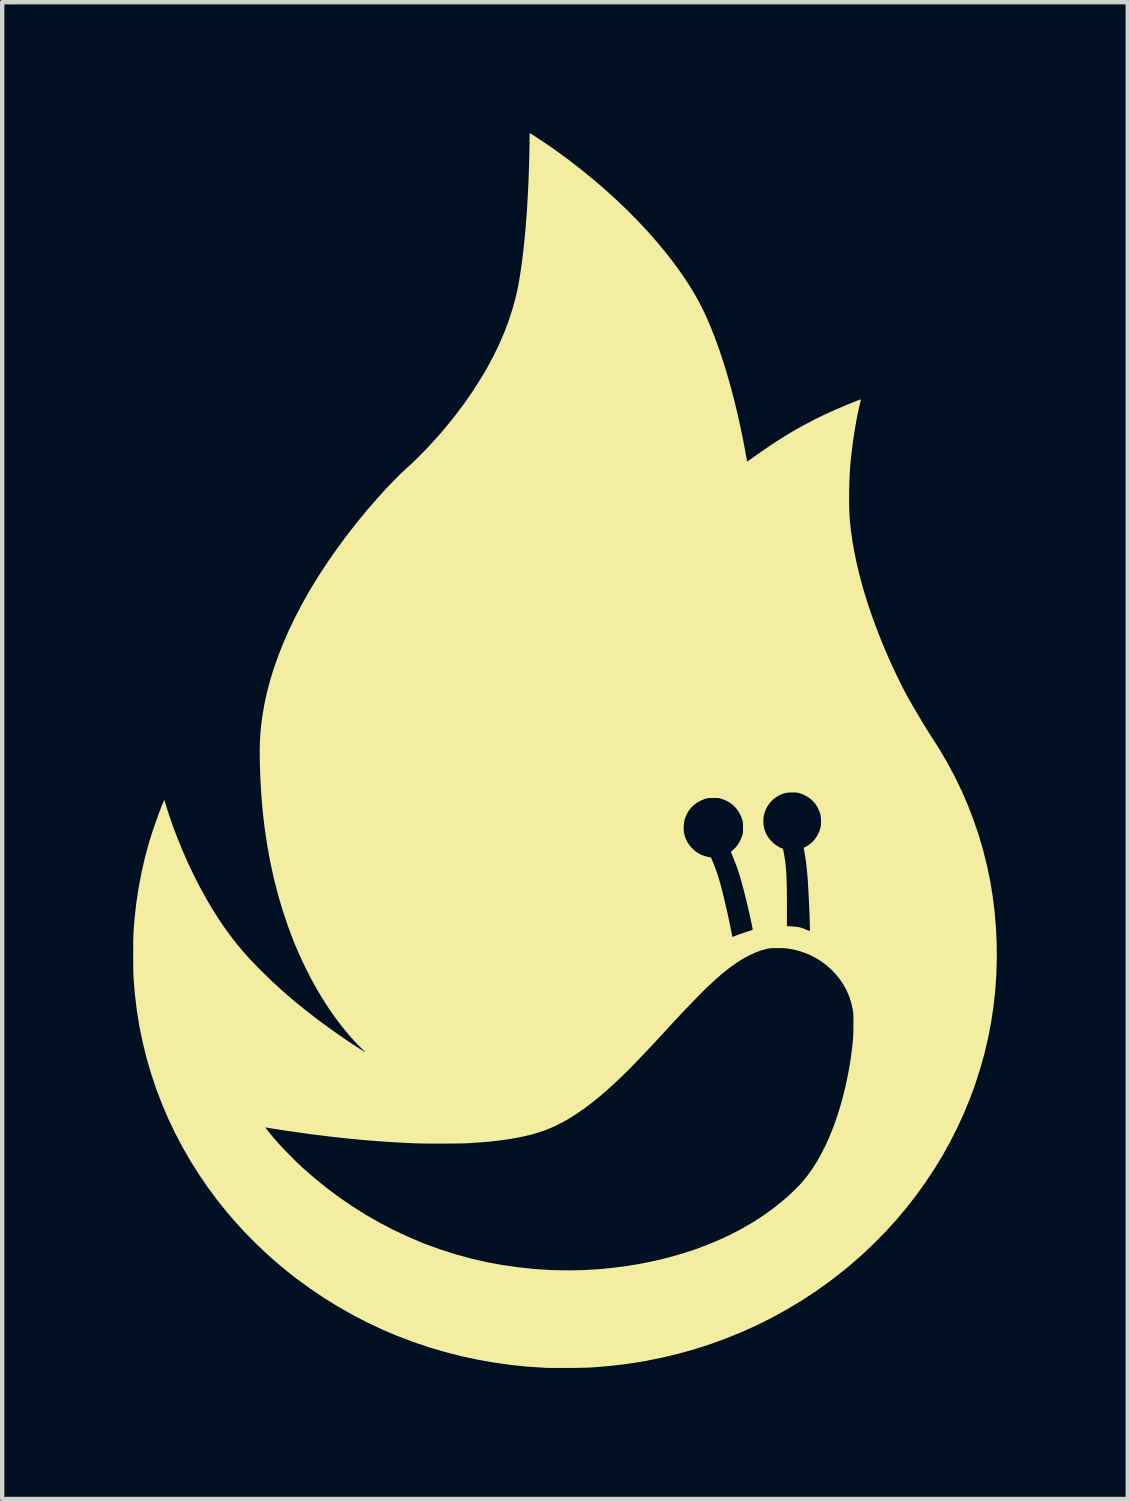
<source format=kicad_pcb>
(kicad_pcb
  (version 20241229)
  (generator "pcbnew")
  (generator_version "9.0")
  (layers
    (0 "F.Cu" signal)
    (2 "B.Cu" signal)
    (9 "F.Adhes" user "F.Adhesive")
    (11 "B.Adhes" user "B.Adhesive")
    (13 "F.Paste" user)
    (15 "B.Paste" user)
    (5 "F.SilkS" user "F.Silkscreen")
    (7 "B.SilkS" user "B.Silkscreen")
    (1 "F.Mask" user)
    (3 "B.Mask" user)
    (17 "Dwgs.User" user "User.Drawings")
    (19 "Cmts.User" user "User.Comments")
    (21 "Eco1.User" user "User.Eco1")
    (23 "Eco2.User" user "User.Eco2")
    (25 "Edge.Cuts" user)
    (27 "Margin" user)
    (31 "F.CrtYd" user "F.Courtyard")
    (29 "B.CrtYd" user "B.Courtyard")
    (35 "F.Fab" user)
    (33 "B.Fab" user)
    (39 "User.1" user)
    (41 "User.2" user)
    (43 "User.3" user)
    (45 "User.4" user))
  (footprint "Blaze"
    (layer "F.Cu")
    (at 8.478 14.609)
    (property "Reference" "Blaze" (at 0 0 0) (layer "F.SilkS") (effects (font (size 1.5 1.5) (thickness 0.3))))
    (attr board_only exclude_from_pos_files exclude_from_bom)
    (fp_poly (pts (xy 0.615 -14.605) (xy 0.635 -14.593) (xy 0.664 -14.575) (xy 0.701 -14.552) (xy 0.746 -14.523) (xy 0.795 -14.491) (xy 0.849 -14.455) (xy 0.905 -14.418) (xy 0.962 -14.379) (xy 1.019 -14.341) (xy 1.074 -14.303) (xy 1.127 -14.266) (xy 1.175 -14.233) (xy 1.194 -14.22) (xy 1.487 -14.005) (xy 1.774 -13.783) (xy 2.053 -13.555) (xy 2.325 -13.322) (xy 2.587 -13.085) (xy 2.839 -12.844) (xy 3.081 -12.599) (xy 3.311 -12.353) (xy 3.528 -12.106) (xy 3.733 -11.857) (xy 3.89 -11.655) (xy 4.021 -11.476) (xy 4.141 -11.303) (xy 4.252 -11.135) (xy 4.354 -10.968) (xy 4.449 -10.802) (xy 4.539 -10.632) (xy 4.623 -10.458) (xy 4.704 -10.277) (xy 4.783 -10.086) (xy 4.854 -9.901) (xy 4.945 -9.649) (xy 5.033 -9.384) (xy 5.119 -9.107) (xy 5.201 -8.82) (xy 5.279 -8.525) (xy 5.353 -8.224) (xy 5.422 -7.917) (xy 5.487 -7.607) (xy 5.546 -7.295) (xy 5.549 -7.276) (xy 5.558 -7.225) (xy 5.567 -7.18) (xy 5.574 -7.141) (xy 5.579 -7.112) (xy 5.583 -7.093) (xy 5.585 -7.087) (xy 5.591 -7.091) (xy 5.607 -7.102) (xy 5.633 -7.12) (xy 5.665 -7.143) (xy 5.703 -7.17) (xy 5.735 -7.193) (xy 5.972 -7.36) (xy 6.204 -7.516) (xy 6.433 -7.662) (xy 6.66 -7.798) (xy 6.889 -7.926) (xy 7.12 -8.048) (xy 7.357 -8.164) (xy 7.602 -8.275) (xy 7.856 -8.384) (xy 7.991 -8.438) (xy 8.041 -8.458) (xy 8.087 -8.476) (xy 8.126 -8.491) (xy 8.158 -8.503) (xy 8.179 -8.511) (xy 8.188 -8.513) (xy 8.189 -8.513) (xy 8.188 -8.506) (xy 8.184 -8.486) (xy 8.178 -8.459) (xy 8.17 -8.426) (xy 8.142 -8.305) (xy 8.113 -8.172) (xy 8.086 -8.028) (xy 8.059 -7.877) (xy 8.034 -7.721) (xy 8.01 -7.561) (xy 7.989 -7.401) (xy 7.97 -7.243) (xy 7.954 -7.089) (xy 7.944 -6.976) (xy 7.936 -6.862) (xy 7.93 -6.74) (xy 7.925 -6.612) (xy 7.921 -6.481) (xy 7.919 -6.35) (xy 7.919 -6.22) (xy 7.92 -6.094) (xy 7.923 -5.975) (xy 7.928 -5.865) (xy 7.934 -5.767) (xy 7.936 -5.742) (xy 7.961 -5.507) (xy 7.994 -5.268) (xy 8.037 -5.024) (xy 8.089 -4.772) (xy 8.151 -4.513) (xy 8.222 -4.245) (xy 8.248 -4.153) (xy 8.331 -3.882) (xy 8.424 -3.604) (xy 8.526 -3.322) (xy 8.636 -3.037) (xy 8.753 -2.753) (xy 8.876 -2.473) (xy 9.004 -2.198) (xy 9.136 -1.931) (xy 9.193 -1.82) (xy 9.224 -1.764) (xy 9.26 -1.697) (xy 9.303 -1.622) (xy 9.349 -1.54) (xy 9.399 -1.454) (xy 9.451 -1.366) (xy 9.503 -1.276) (xy 9.556 -1.188) (xy 9.607 -1.102) (xy 9.657 -1.022) (xy 9.702 -0.948) (xy 9.743 -0.882) (xy 9.779 -0.827) (xy 9.791 -0.808) (xy 9.988 -0.499) (xy 10.172 -0.185) (xy 10.343 0.136) (xy 10.5 0.462) (xy 10.643 0.793) (xy 10.772 1.129) (xy 10.888 1.469) (xy 10.989 1.814) (xy 11.076 2.162) (xy 11.149 2.514) (xy 11.154 2.539) (xy 11.21 2.888) (xy 11.253 3.241) (xy 11.283 3.599) (xy 11.299 3.958) (xy 11.301 4.317) (xy 11.29 4.676) (xy 11.265 5.032) (xy 11.265 5.038) (xy 11.225 5.399) (xy 11.171 5.757) (xy 11.102 6.113) (xy 11.02 6.464) (xy 10.923 6.812) (xy 10.813 7.155) (xy 10.69 7.494) (xy 10.553 7.828) (xy 10.403 8.156) (xy 10.24 8.479) (xy 10.065 8.795) (xy 9.877 9.105) (xy 9.676 9.409) (xy 9.464 9.705) (xy 9.24 9.994) (xy 9.004 10.275) (xy 8.756 10.548) (xy 8.497 10.812) (xy 8.227 11.068) (xy 7.946 11.314) (xy 7.762 11.465) (xy 7.459 11.699) (xy 7.147 11.921) (xy 6.828 12.13) (xy 6.5 12.327) (xy 6.166 12.511) (xy 5.825 12.683) (xy 5.477 12.841) (xy 5.123 12.986) (xy 4.763 13.118) (xy 4.398 13.236) (xy 4.028 13.34) (xy 3.652 13.431) (xy 3.273 13.508) (xy 3.068 13.543) (xy 2.862 13.574) (xy 2.653 13.601) (xy 2.437 13.625) (xy 2.212 13.645) (xy 1.998 13.661) (xy 1.96 13.663) (xy 1.909 13.664) (xy 1.848 13.666) (xy 1.777 13.667) (xy 1.699 13.669) (xy 1.616 13.67) (xy 1.53 13.671) (xy 1.443 13.671) (xy 1.356 13.671) (xy 1.272 13.671) (xy 1.193 13.671) (xy 1.12 13.671) (xy 1.056 13.67) (xy 1.002 13.669) (xy 0.961 13.667) (xy 0.96 13.667) (xy 0.565 13.642) (xy 0.174 13.602) (xy -0.212 13.548) (xy -0.595 13.48) (xy -0.972 13.399) (xy -1.345 13.303) (xy -1.713 13.194) (xy -2.075 13.072) (xy -2.432 12.936) (xy -2.783 12.787) (xy -3.127 12.624) (xy -3.466 12.448) (xy -3.798 12.259) (xy -4.123 12.057) (xy -4.441 11.842) (xy -4.752 11.615) (xy -4.952 11.458) (xy -5.195 11.256) (xy -5.435 11.042) (xy -5.67 10.819) (xy -5.898 10.588) (xy -6.116 10.352) (xy -6.317 10.12) (xy -6.55 9.83) (xy -6.771 9.532) (xy -6.979 9.228) (xy -7.174 8.916) (xy -7.356 8.599) (xy -7.526 8.275) (xy -7.578 8.164) (xy -5.449 8.164) (xy -5.444 8.172) (xy -5.431 8.191) (xy -5.411 8.217) (xy -5.385 8.25) (xy -5.354 8.288) (xy -5.32 8.33) (xy -5.283 8.374) (xy -5.246 8.418) (xy -5.209 8.461) (xy -5.174 8.501) (xy -5.163 8.513) (xy -5.12 8.561) (xy -5.067 8.617) (xy -5.008 8.679) (xy -4.945 8.744) (xy -4.879 8.811) (xy -4.813 8.877) (xy -4.75 8.94) (xy -4.69 8.998) (xy -4.636 9.049) (xy -4.604 9.079) (xy -4.328 9.32) (xy -4.044 9.55) (xy -3.752 9.768) (xy -3.452 9.973) (xy -3.145 10.166) (xy -2.832 10.345) (xy -2.512 10.512) (xy -2.186 10.665) (xy -1.855 10.805) (xy -1.768 10.839) (xy -1.429 10.962) (xy -1.086 11.071) (xy -0.738 11.165) (xy -0.387 11.246) (xy -0.03 11.312) (xy 0.33 11.364) (xy 0.696 11.403) (xy 1.066 11.427) (xy 1.082 11.428) (xy 1.152 11.43) (xy 1.232 11.432) (xy 1.32 11.434) (xy 1.413 11.434) (xy 1.508 11.435) (xy 1.602 11.434) (xy 1.691 11.433) (xy 1.772 11.431) (xy 1.842 11.429) (xy 1.857 11.428) (xy 2.193 11.408) (xy 2.524 11.376) (xy 2.85 11.333) (xy 3.17 11.279) (xy 3.483 11.214) (xy 3.79 11.139) (xy 4.09 11.054) (xy 4.383 10.959) (xy 4.667 10.853) (xy 4.942 10.738) (xy 5.209 10.613) (xy 5.466 10.479) (xy 5.713 10.336) (xy 5.949 10.183) (xy 6.175 10.021) (xy 6.389 9.851) (xy 6.502 9.754) (xy 6.545 9.715) (xy 6.592 9.67) (xy 6.643 9.621) (xy 6.694 9.571) (xy 6.742 9.522) (xy 6.787 9.477) (xy 6.824 9.437) (xy 6.846 9.412) (xy 6.965 9.266) (xy 7.079 9.106) (xy 7.188 8.934) (xy 7.291 8.749) (xy 7.39 8.551) (xy 7.482 8.343) (xy 7.569 8.124) (xy 7.649 7.894) (xy 7.724 7.654) (xy 7.791 7.406) (xy 7.852 7.148) (xy 7.884 6.995) (xy 7.912 6.851) (xy 7.936 6.713) (xy 7.957 6.575) (xy 7.976 6.435) (xy 7.993 6.288) (xy 8.008 6.139) (xy 8.011 6.105) (xy 8.013 6.06) (xy 8.015 6.004) (xy 8.016 5.942) (xy 8.017 5.876) (xy 8.018 5.807) (xy 8.018 5.794) (xy 8.018 5.723) (xy 8.018 5.664) (xy 8.017 5.617) (xy 8.016 5.578) (xy 8.014 5.546) (xy 8.012 5.519) (xy 8.008 5.494) (xy 8.005 5.47) (xy 8.004 5.468) (xy 7.969 5.312) (xy 7.921 5.163) (xy 7.86 5.021) (xy 7.786 4.886) (xy 7.699 4.758) (xy 7.599 4.637) (xy 7.513 4.548) (xy 7.392 4.441) (xy 7.262 4.346) (xy 7.125 4.264) (xy 6.981 4.194) (xy 6.83 4.138) (xy 6.708 4.104) (xy 6.643 4.088) (xy 6.586 4.077) (xy 6.534 4.068) (xy 6.482 4.062) (xy 6.426 4.058) (xy 6.364 4.056) (xy 6.291 4.056) (xy 6.287 4.056) (xy 6.229 4.056) (xy 6.183 4.056) (xy 6.146 4.058) (xy 6.116 4.059) (xy 6.09 4.062) (xy 6.065 4.067) (xy 6.038 4.072) (xy 6.035 4.073) (xy 5.91 4.106) (xy 5.781 4.153) (xy 5.649 4.213) (xy 5.513 4.285) (xy 5.376 4.369) (xy 5.238 4.465) (xy 5.218 4.479) (xy 5.151 4.53) (xy 5.084 4.583) (xy 5.016 4.638) (xy 4.948 4.696) (xy 4.878 4.757) (xy 4.805 4.823) (xy 4.73 4.893) (xy 4.651 4.969) (xy 4.567 5.05) (xy 4.479 5.138) (xy 4.386 5.234) (xy 4.286 5.337) (xy 4.179 5.449) (xy 4.065 5.57) (xy 3.943 5.7) (xy 3.813 5.841) (xy 3.737 5.924) (xy 3.67 5.996) (xy 3.612 6.059) (xy 3.562 6.113) (xy 3.518 6.161) (xy 3.479 6.203) (xy 3.444 6.241) (xy 3.411 6.276) (xy 3.38 6.309) (xy 3.348 6.343) (xy 3.315 6.378) (xy 3.28 6.415) (xy 3.24 6.457) (xy 3.196 6.503) (xy 3.145 6.557) (xy 3.095 6.609) (xy 2.902 6.808) (xy 2.715 6.993) (xy 2.532 7.166) (xy 2.355 7.326) (xy 2.182 7.474) (xy 2.013 7.609) (xy 1.848 7.732) (xy 1.687 7.844) (xy 1.529 7.945) (xy 1.373 8.035) (xy 1.22 8.114) (xy 1.073 8.18) (xy 0.936 8.234) (xy 0.789 8.283) (xy 0.633 8.328) (xy 0.466 8.368) (xy 0.288 8.404) (xy 0.098 8.436) (xy -0.103 8.463) (xy -0.318 8.487) (xy -0.545 8.506) (xy -0.786 8.522) (xy -0.812 8.524) (xy -0.862 8.526) (xy -0.925 8.528) (xy -1 8.529) (xy -1.083 8.53) (xy -1.174 8.531) (xy -1.271 8.532) (xy -1.371 8.532) (xy -1.472 8.532) (xy -1.574 8.532) (xy -1.673 8.532) (xy -1.769 8.531) (xy -1.858 8.53) (xy -1.94 8.528) (xy -2.013 8.526) (xy -2.074 8.524) (xy -2.091 8.523) (xy -2.376 8.509) (xy -2.652 8.492) (xy -2.921 8.473) (xy -3.188 8.452) (xy -3.455 8.427) (xy -3.727 8.399) (xy -4.006 8.367) (xy -4.259 8.336) (xy -4.331 8.327) (xy -4.41 8.317) (xy -4.493 8.305) (xy -4.58 8.293) (xy -4.669 8.281) (xy -4.758 8.268) (xy -4.848 8.255) (xy -4.936 8.243) (xy -5.021 8.23) (xy -5.101 8.218) (xy -5.176 8.206) (xy -5.245 8.196) (xy -5.305 8.186) (xy -5.355 8.178) (xy -5.395 8.171) (xy -5.423 8.165) (xy -5.438 8.162) (xy -5.439 8.161) (xy -5.448 8.161) (xy -5.449 8.164) (xy -7.578 8.164) (xy -7.682 7.946) (xy -7.824 7.611) (xy -7.953 7.272) (xy -8.068 6.928) (xy -8.17 6.58) (xy -8.257 6.228) (xy -8.331 5.872) (xy -8.39 5.514) (xy -8.434 5.153) (xy -8.444 5.053) (xy -8.451 4.973) (xy -8.457 4.901) (xy -8.462 4.836) (xy -8.467 4.774) (xy -8.47 4.715) (xy -8.473 4.655) (xy -8.475 4.592) (xy -8.476 4.525) (xy -8.477 4.45) (xy -8.477 4.367) (xy -8.478 4.272) (xy -8.478 4.207) (xy -8.478 4.105) (xy -8.477 4.015) (xy -8.477 3.935) (xy -8.476 3.864) (xy -8.474 3.799) (xy -8.472 3.738) (xy -8.469 3.678) (xy -8.465 3.618) (xy -8.461 3.555) (xy -8.455 3.488) (xy -8.449 3.413) (xy -8.444 3.361) (xy -8.406 3.02) (xy -8.354 2.677) (xy -8.289 2.333) (xy -8.211 1.992) (xy -8.136 1.709) (xy -8.114 1.632) (xy -8.087 1.547) (xy -8.058 1.456) (xy -8.027 1.36) (xy -7.994 1.263) (xy -7.96 1.165) (xy -7.926 1.07) (xy -7.893 0.978) (xy -7.861 0.893) (xy -7.831 0.817) (xy -7.804 0.75) (xy -7.785 0.706) (xy -7.765 0.66) (xy -7.748 0.716) (xy -7.661 0.993) (xy -7.564 1.273) (xy -7.457 1.554) (xy -7.342 1.834) (xy -7.219 2.112) (xy -7.09 2.384) (xy -6.954 2.65) (xy -6.814 2.907) (xy -6.669 3.153) (xy -6.521 3.387) (xy -6.506 3.41) (xy -6.403 3.562) (xy -6.3 3.706) (xy -6.196 3.845) (xy -6.089 3.979) (xy -5.977 4.113) (xy -5.859 4.247) (xy -5.732 4.383) (xy -5.596 4.524) (xy -5.507 4.612) (xy -5.32 4.794) (xy -5.129 4.971) (xy -4.934 5.144) (xy -4.73 5.315) (xy -4.518 5.486) (xy -4.294 5.66) (xy -4.222 5.714) (xy -4.118 5.791) (xy -4.008 5.871) (xy -3.896 5.951) (xy -3.782 6.031) (xy -3.669 6.11) (xy -3.558 6.185) (xy -3.451 6.257) (xy -3.349 6.323) (xy -3.256 6.383) (xy -3.172 6.434) (xy -3.158 6.443) (xy -3.16 6.44) (xy -3.17 6.429) (xy -3.189 6.41) (xy -3.213 6.386) (xy -3.239 6.361) (xy -3.397 6.201) (xy -3.552 6.027) (xy -3.705 5.84) (xy -3.855 5.641) (xy -4.001 5.431) (xy -4.143 5.21) (xy -4.28 4.98) (xy -4.412 4.741) (xy -4.537 4.494) (xy -4.657 4.239) (xy -4.77 3.979) (xy -4.808 3.885) (xy -4.935 3.548) (xy -5.051 3.203) (xy -5.156 2.848) (xy -5.25 2.485) (xy -5.332 2.114) (xy -5.402 1.735) (xy -5.461 1.35) (xy -5.469 1.281) (xy 4.131 1.281) (xy 4.131 1.339) (xy 4.135 1.392) (xy 4.14 1.427) (xy 4.167 1.523) (xy 4.207 1.613) (xy 4.26 1.696) (xy 4.322 1.768) (xy 4.389 1.83) (xy 4.458 1.879) (xy 4.531 1.918) (xy 4.612 1.947) (xy 4.692 1.967) (xy 4.755 1.98) (xy 4.802 2.091) (xy 4.837 2.176) (xy 4.87 2.266) (xy 4.903 2.362) (xy 4.936 2.467) (xy 4.969 2.581) (xy 5.002 2.706) (xy 5.037 2.843) (xy 5.067 2.969) (xy 5.092 3.077) (xy 5.118 3.19) (xy 5.144 3.305) (xy 5.168 3.418) (xy 5.191 3.526) (xy 5.211 3.625) (xy 5.221 3.675) (xy 5.229 3.716) (xy 5.237 3.751) (xy 5.243 3.778) (xy 5.247 3.795) (xy 5.249 3.8) (xy 5.257 3.797) (xy 5.276 3.79) (xy 5.304 3.779) (xy 5.338 3.765) (xy 5.355 3.759) (xy 5.398 3.742) (xy 5.451 3.723) (xy 5.507 3.704) (xy 5.561 3.686) (xy 5.584 3.679) (xy 5.63 3.664) (xy 5.663 3.654) (xy 5.686 3.646) (xy 5.7 3.639) (xy 5.707 3.633) (xy 5.71 3.628) (xy 5.71 3.621) (xy 5.71 3.621) (xy 5.706 3.595) (xy 5.698 3.556) (xy 5.688 3.507) (xy 5.676 3.448) (xy 5.661 3.381) (xy 5.645 3.308) (xy 5.627 3.231) (xy 5.609 3.152) (xy 5.59 3.071) (xy 5.571 2.991) (xy 5.552 2.914) (xy 5.534 2.841) (xy 5.517 2.774) (xy 5.502 2.714) (xy 5.495 2.687) (xy 5.463 2.572) (xy 5.434 2.47) (xy 5.407 2.377) (xy 5.38 2.292) (xy 5.352 2.211) (xy 5.324 2.133) (xy 5.294 2.055) (xy 5.261 1.974) (xy 5.26 1.973) (xy 5.244 1.934) (xy 5.231 1.9) (xy 5.22 1.874) (xy 5.214 1.857) (xy 5.212 1.851) (xy 5.218 1.844) (xy 5.233 1.831) (xy 5.253 1.814) (xy 5.257 1.81) (xy 5.314 1.756) (xy 5.366 1.691) (xy 5.412 1.617) (xy 5.449 1.537) (xy 5.469 1.482) (xy 5.476 1.455) (xy 5.482 1.432) (xy 5.486 1.408) (xy 5.488 1.38) (xy 5.489 1.345) (xy 5.489 1.298) (xy 5.489 1.297) (xy 5.489 1.25) (xy 5.488 1.213) (xy 5.486 1.184) (xy 5.483 1.16) (xy 5.48 1.149) (xy 5.954 1.149) (xy 5.96 1.241) (xy 5.979 1.333) (xy 6.012 1.423) (xy 6.049 1.493) (xy 6.09 1.551) (xy 6.141 1.609) (xy 6.199 1.662) (xy 6.262 1.709) (xy 6.325 1.746) (xy 6.359 1.761) (xy 6.374 1.766) (xy 6.386 1.771) (xy 6.395 1.777) (xy 6.402 1.786) (xy 6.408 1.8) (xy 6.414 1.82) (xy 6.419 1.848) (xy 6.426 1.886) (xy 6.434 1.936) (xy 6.439 1.964) (xy 6.449 2.027) (xy 6.458 2.092) (xy 6.466 2.159) (xy 6.472 2.23) (xy 6.478 2.306) (xy 6.483 2.388) (xy 6.486 2.478) (xy 6.489 2.576) (xy 6.492 2.684) (xy 6.493 2.803) (xy 6.494 2.934) (xy 6.495 3.079) (xy 6.495 3.093) (xy 6.495 3.555) (xy 6.537 3.555) (xy 6.579 3.556) (xy 6.627 3.559) (xy 6.678 3.564) (xy 6.726 3.569) (xy 6.768 3.575) (xy 6.799 3.582) (xy 6.825 3.59) (xy 6.861 3.602) (xy 6.899 3.617) (xy 6.928 3.629) (xy 6.96 3.643) (xy 6.988 3.654) (xy 7.007 3.662) (xy 7.015 3.665) (xy 7.018 3.659) (xy 7.02 3.641) (xy 7.021 3.614) (xy 7.021 3.598) (xy 7.02 3.555) (xy 7.019 3.5) (xy 7.017 3.433) (xy 7.015 3.358) (xy 7.012 3.275) (xy 7.008 3.188) (xy 7.004 3.097) (xy 7 3.005) (xy 6.996 2.913) (xy 6.991 2.824) (xy 6.987 2.74) (xy 6.982 2.662) (xy 6.98 2.621) (xy 6.971 2.484) (xy 6.961 2.361) (xy 6.95 2.248) (xy 6.939 2.144) (xy 6.926 2.047) (xy 6.913 1.955) (xy 6.905 1.909) (xy 6.898 1.869) (xy 6.892 1.832) (xy 6.887 1.802) (xy 6.883 1.783) (xy 6.882 1.779) (xy 6.881 1.762) (xy 6.888 1.753) (xy 6.903 1.746) (xy 6.934 1.73) (xy 6.972 1.706) (xy 7.012 1.678) (xy 7.05 1.648) (xy 7.082 1.619) (xy 7.085 1.617) (xy 7.142 1.55) (xy 7.192 1.473) (xy 7.233 1.39) (xy 7.262 1.303) (xy 7.263 1.296) (xy 7.271 1.251) (xy 7.275 1.196) (xy 7.276 1.137) (xy 7.273 1.078) (xy 7.267 1.023) (xy 7.259 0.986) (xy 7.226 0.892) (xy 7.181 0.805) (xy 7.125 0.726) (xy 7.057 0.657) (xy 6.98 0.598) (xy 6.893 0.549) (xy 6.798 0.512) (xy 6.793 0.51) (xy 6.766 0.502) (xy 6.742 0.497) (xy 6.717 0.493) (xy 6.688 0.491) (xy 6.651 0.491) (xy 6.617 0.491) (xy 6.551 0.492) (xy 6.495 0.497) (xy 6.445 0.507) (xy 6.396 0.522) (xy 6.345 0.544) (xy 6.328 0.552) (xy 6.244 0.601) (xy 6.169 0.659) (xy 6.105 0.727) (xy 6.052 0.802) (xy 6.009 0.882) (xy 5.979 0.968) (xy 5.96 1.057) (xy 5.954 1.149) (xy 5.48 1.149) (xy 5.477 1.136) (xy 5.473 1.12) (xy 5.437 1.022) (xy 5.39 0.932) (xy 5.331 0.852) (xy 5.262 0.781) (xy 5.183 0.721) (xy 5.095 0.673) (xy 4.999 0.636) (xy 4.973 0.629) (xy 4.95 0.623) (xy 4.928 0.62) (xy 4.901 0.618) (xy 4.867 0.617) (xy 4.823 0.616) (xy 4.812 0.616) (xy 4.765 0.617) (xy 4.729 0.617) (xy 4.701 0.619) (xy 4.677 0.622) (xy 4.655 0.627) (xy 4.63 0.635) (xy 4.624 0.636) (xy 4.53 0.672) (xy 4.442 0.72) (xy 4.363 0.778) (xy 4.294 0.846) (xy 4.248 0.905) (xy 4.227 0.939) (xy 4.205 0.982) (xy 4.183 1.028) (xy 4.164 1.074) (xy 4.151 1.114) (xy 4.148 1.123) (xy 4.14 1.168) (xy 4.134 1.222) (xy 4.131 1.281) (xy -5.469 1.281) (xy -5.508 0.958) (xy -5.543 0.56) (xy -5.566 0.156) (xy -5.567 0.119) (xy -5.573 -0.042) (xy -5.577 -0.19) (xy -5.579 -0.326) (xy -5.58 -0.453) (xy -5.578 -0.572) (xy -5.575 -0.684) (xy -5.569 -0.792) (xy -5.562 -0.898) (xy -5.552 -1.002) (xy -5.54 -1.107) (xy -5.526 -1.214) (xy -5.523 -1.238) (xy -5.477 -1.51) (xy -5.418 -1.787) (xy -5.344 -2.067) (xy -5.257 -2.351) (xy -5.156 -2.637) (xy -5.042 -2.927) (xy -4.915 -3.218) (xy -4.774 -3.511) (xy -4.621 -3.806) (xy -4.455 -4.102) (xy -4.386 -4.218) (xy -4.204 -4.512) (xy -4.009 -4.807) (xy -3.803 -5.102) (xy -3.587 -5.394) (xy -3.363 -5.682) (xy -3.132 -5.963) (xy -2.896 -6.235) (xy -2.725 -6.424) (xy -2.672 -6.481) (xy -2.615 -6.541) (xy -2.557 -6.601) (xy -2.499 -6.661) (xy -2.443 -6.717) (xy -2.391 -6.77) (xy -2.344 -6.816) (xy -2.303 -6.855) (xy -2.272 -6.883) (xy -2.105 -7.037) (xy -1.935 -7.202) (xy -1.765 -7.375) (xy -1.598 -7.554) (xy -1.436 -7.736) (xy -1.307 -7.889) (xy -1.092 -8.157) (xy -0.89 -8.426) (xy -0.703 -8.696) (xy -0.53 -8.966) (xy -0.37 -9.237) (xy -0.225 -9.507) (xy -0.094 -9.778) (xy 0.022 -10.048) (xy 0.124 -10.318) (xy 0.211 -10.588) (xy 0.284 -10.857) (xy 0.317 -11.002) (xy 0.347 -11.149) (xy 0.375 -11.311) (xy 0.402 -11.485) (xy 0.428 -11.671) (xy 0.452 -11.868) (xy 0.475 -12.075) (xy 0.496 -12.292) (xy 0.516 -12.517) (xy 0.534 -12.749) (xy 0.549 -12.988) (xy 0.563 -13.232) (xy 0.575 -13.481) (xy 0.578 -13.56) (xy 0.581 -13.642) (xy 0.584 -13.73) (xy 0.587 -13.824) (xy 0.59 -13.92) (xy 0.593 -14.016) (xy 0.595 -14.11) (xy 0.597 -14.2) (xy 0.598 -14.284) (xy 0.6 -14.359) (xy 0.6 -14.424) (xy 0.6 -14.463) (xy 0.601 -14.507) (xy 0.601 -14.547) (xy 0.602 -14.578) (xy 0.604 -14.6) (xy 0.605 -14.609) (xy 0.605 -14.609)) (stroke (width 0) (type solid)) (fill yes) (layer "F.SilkS")))
  (gr_rect
    (start -3 -3)
    (end 22.779 31.281)
    (stroke (width 0.1) (type default))
    (fill no)
    (layer "Edge.Cuts")))
</source>
